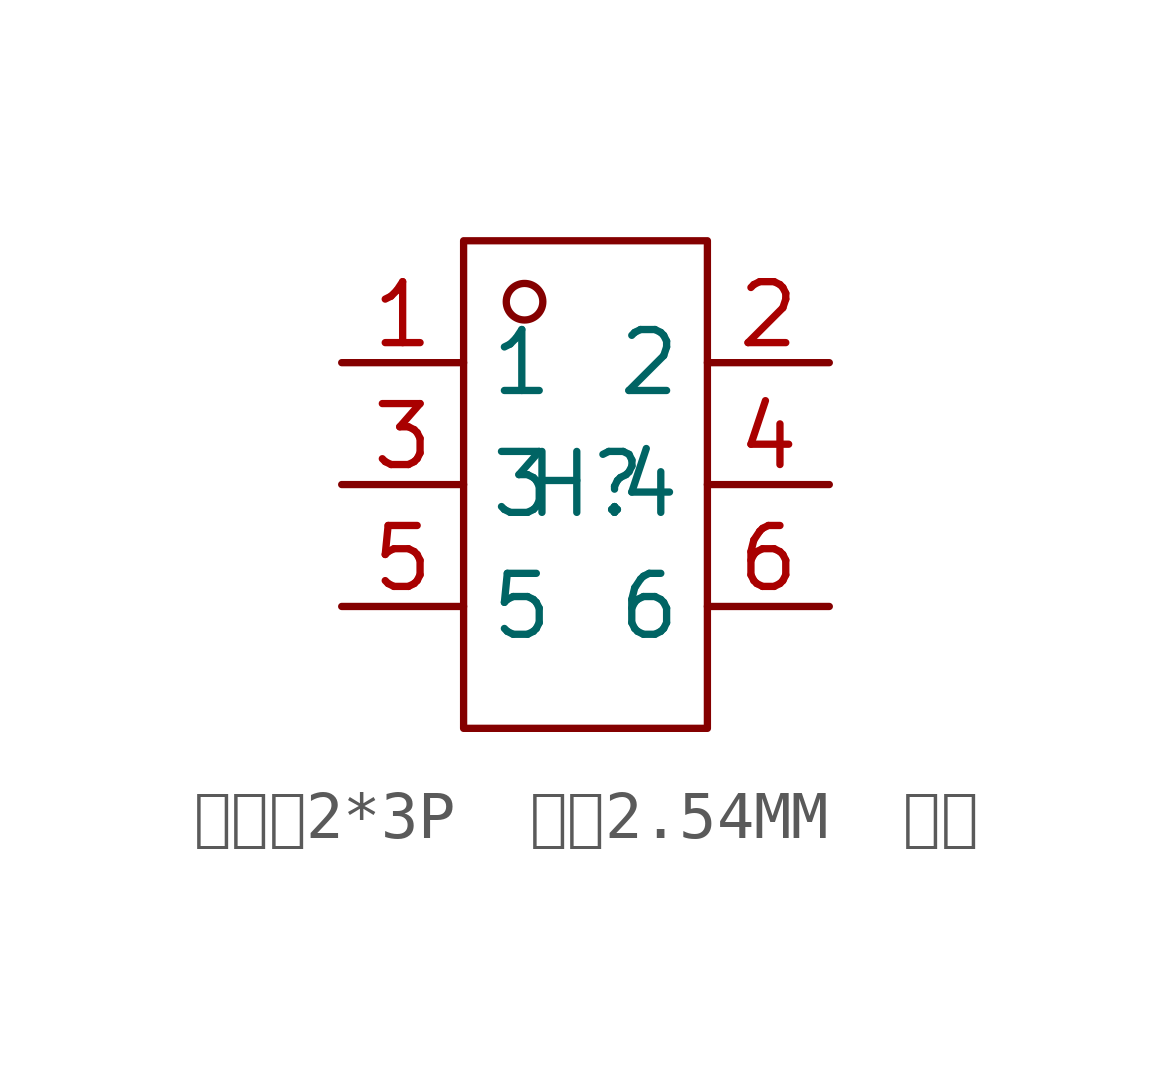
<source format=kicad_sym>
(kicad_symbol_lib
  (version 20241209)
  (generator "kicad_symbol_editor")
  (generator_version "9.0")
  (symbol "双排针2*3P  脚距2.54MM  贴片"
    (property "Reference" "H"
      (at 0 0 0)
      (effects (font (size 1.27 1.27))))
    (property "Value" ""
      (at 0 0 0)
      (effects (font (size 1.27 1.27))))
    (symbol "双排针2*3P  脚距2.54MM  贴片_1_0"
      (rectangle (start -2.54 -5.08) (end 2.54 5.08) (stroke (width 0) (type default)) (fill (type none)))
      (circle (center -1.27 3.81) (radius 0.381) (stroke (width 0) (type default)) (fill (type none)))
      (pin input line (at -5.08 2.54 0) (length 2.54) (name "1" (effects (font (size 1.27 1.27)))) (number "1" (effects (font (size 1.27 1.27)))))
      (pin input line (at -5.08 0 0) (length 2.54) (name "3" (effects (font (size 1.27 1.27)))) (number "3" (effects (font (size 1.27 1.27)))))
      (pin input line (at -5.08 -2.54 0) (length 2.54) (name "5" (effects (font (size 1.27 1.27)))) (number "5" (effects (font (size 1.27 1.27)))))
      (pin input line (at 5.08 2.54 180) (length 2.54) (name "2" (effects (font (size 1.27 1.27)))) (number "2" (effects (font (size 1.27 1.27)))))
      (pin input line (at 5.08 0 180) (length 2.54) (name "4" (effects (font (size 1.27 1.27)))) (number "4" (effects (font (size 1.27 1.27)))))
      (pin input line (at 5.08 -2.54 180) (length 2.54) (name "6" (effects (font (size 1.27 1.27)))) (number "6" (effects (font (size 1.27 1.27))))))))
</source>
